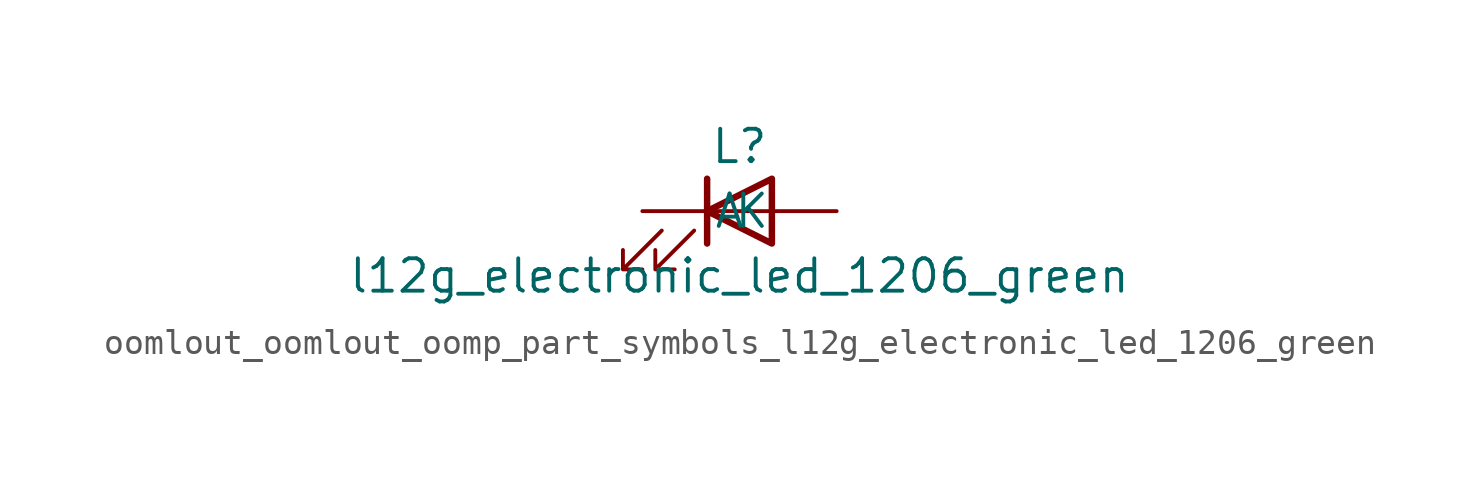
<source format=kicad_sym>
(kicad_symbol_lib
  (version 20220914)
  (generator kicad_symbol_editor)
  (symbol "oomlout_oomlout_oomp_part_symbols_l12g_electronic_led_1206_green"
    (pin_numbers hide)
    (pin_names
      (offset 1.016))
    (property "Reference" "L"
      (at 0 2.54 0)
      (effects (font (size 1.27 1.27))))
    (property "Value" "l12g_electronic_led_1206_green"
      (at 0 -2.54 0)
      (effects (font (size 1.27 1.27))))
    (symbol "oomlout_oomlout_oomp_part_symbols_l12g_electronic_led_1206_green_0_1"
      (polyline (pts (xy -1.27 -1.27) (xy -1.27 1.27)) (stroke (width 0.254) (type default)) (fill (type none)))
      (polyline (pts (xy -1.27 0) (xy 1.27 0)) (stroke (width 0) (type default)) (fill (type none)))
      (polyline (pts (xy 1.27 -1.27) (xy 1.27 1.27) (xy -1.27 0) (xy 1.27 -1.27)) (stroke (width 0.254) (type default)) (fill (type none)))
      (polyline (pts (xy -3.048 -0.762) (xy -4.572 -2.286) (xy -3.81 -2.286) (xy -4.572 -2.286) (xy -4.572 -1.524)) (stroke (width 0) (type default)) (fill (type none)))
      (polyline (pts (xy -1.778 -0.762) (xy -3.302 -2.286) (xy -2.54 -2.286) (xy -3.302 -2.286) (xy -3.302 -1.524)) (stroke (width 0) (type default)) (fill (type none))))
    (symbol "oomlout_oomlout_oomp_part_symbols_l12g_electronic_led_1206_green_1_1"
      (pin passive line (at -3.81 0 0) (length 2.54) (name "K" (effects (font (size 1.27 1.27)))) (number "1" (effects (font (size 1.27 1.27)))))
      (pin passive line (at 3.81 0 180) (length 2.54) (name "A" (effects (font (size 1.27 1.27)))) (number "2" (effects (font (size 1.27 1.27))))))))
</source>
